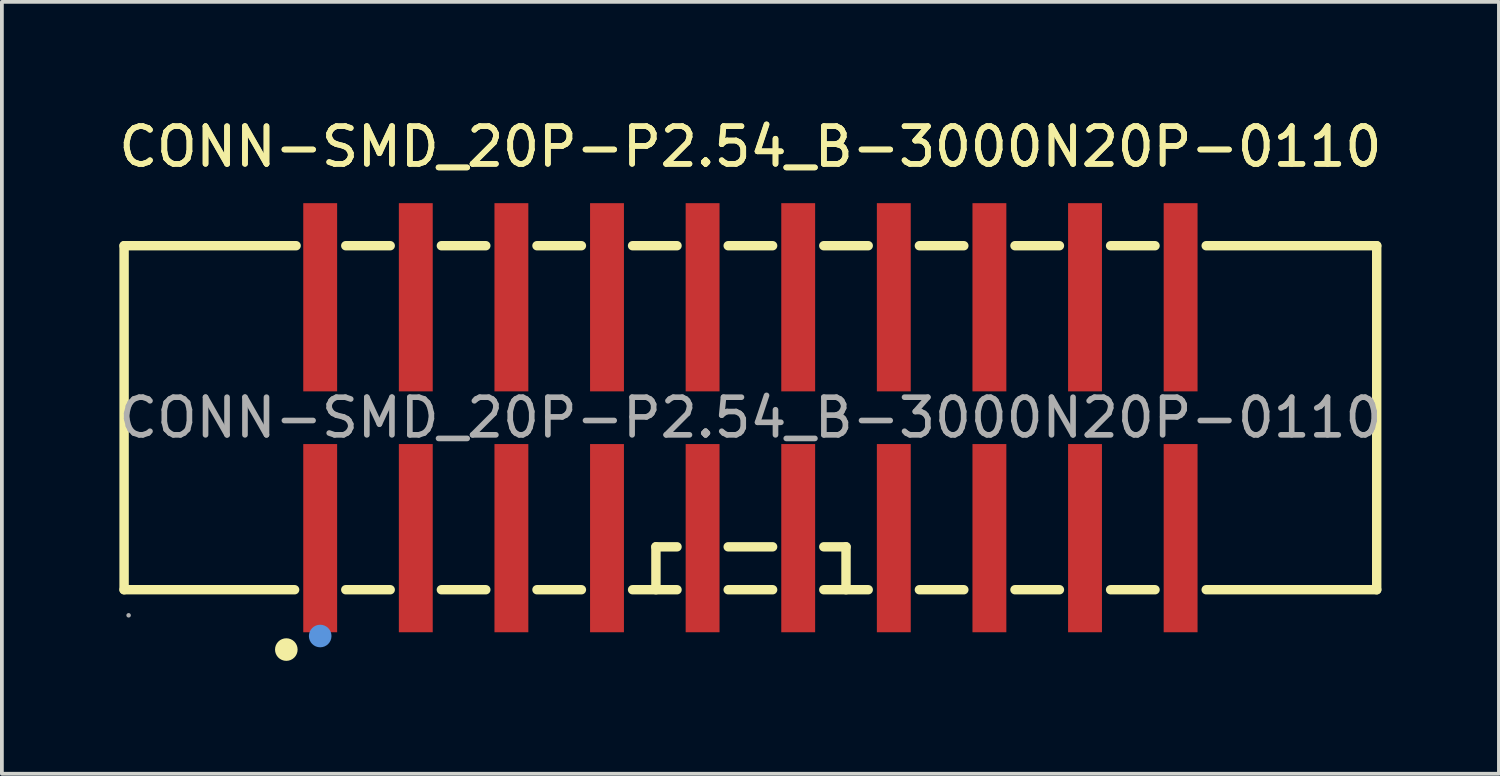
<source format=kicad_pcb>
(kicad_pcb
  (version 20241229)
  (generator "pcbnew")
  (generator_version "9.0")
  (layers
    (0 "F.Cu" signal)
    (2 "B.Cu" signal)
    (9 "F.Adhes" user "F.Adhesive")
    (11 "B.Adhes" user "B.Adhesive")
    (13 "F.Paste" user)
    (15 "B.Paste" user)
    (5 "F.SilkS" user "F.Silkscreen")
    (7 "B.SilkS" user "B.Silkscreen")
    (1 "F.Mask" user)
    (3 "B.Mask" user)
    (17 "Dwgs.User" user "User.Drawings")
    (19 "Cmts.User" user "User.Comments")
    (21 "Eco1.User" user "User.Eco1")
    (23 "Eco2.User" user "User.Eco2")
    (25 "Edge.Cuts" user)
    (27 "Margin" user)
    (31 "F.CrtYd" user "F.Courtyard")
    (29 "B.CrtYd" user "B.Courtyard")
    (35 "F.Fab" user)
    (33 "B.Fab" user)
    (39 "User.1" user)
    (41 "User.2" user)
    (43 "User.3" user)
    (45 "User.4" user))
  (footprint "CONN-SMD_20P-P2.54_B-3000N20P-0110"
    (layer "F.Cu")
    (at 16.887 8.048)
    (property "Reference" "CONN-SMD_20P-P2.54_B-3000N20P-0110" (at 0 -7.2 0) (layer "F.SilkS") (effects (font (size 1 1) (thickness 0.15))))
    (attr smd)
    (fp_line (start -16.64 -4.57) (end -16.64 4.57) (stroke (width 0.25) (type solid)) (layer "F.SilkS"))
    (fp_line (start -16.64 4.57) (end -12.11 4.57) (stroke (width 0.25) (type solid)) (layer "F.SilkS"))
    (fp_line (start -12.07 -4.57) (end -16.64 -4.57) (stroke (width 0.25) (type solid)) (layer "F.SilkS"))
    (fp_line (start -10.75 4.57) (end -9.57 4.57) (stroke (width 0.25) (type solid)) (layer "F.SilkS"))
    (fp_line (start -9.57 -4.57) (end -10.75 -4.57) (stroke (width 0.25) (type solid)) (layer "F.SilkS"))
    (fp_line (start -8.21 4.57) (end -7.03 4.57) (stroke (width 0.25) (type solid)) (layer "F.SilkS"))
    (fp_line (start -7.03 -4.57) (end -8.21 -4.57) (stroke (width 0.25) (type solid)) (layer "F.SilkS"))
    (fp_line (start -5.67 4.57) (end -4.49 4.57) (stroke (width 0.25) (type solid)) (layer "F.SilkS"))
    (fp_line (start -4.49 -4.57) (end -5.67 -4.57) (stroke (width 0.25) (type solid)) (layer "F.SilkS"))
    (fp_line (start -3.13 4.57) (end -1.95 4.57) (stroke (width 0.25) (type solid)) (layer "F.SilkS"))
    (fp_line (start -2.51 3.43) (end -1.95 3.43) (stroke (width 0.25) (type solid)) (layer "F.SilkS"))
    (fp_line (start -2.51 4.57) (end -2.51 3.43) (stroke (width 0.25) (type solid)) (layer "F.SilkS"))
    (fp_line (start -1.95 -4.57) (end -3.13 -4.57) (stroke (width 0.25) (type solid)) (layer "F.SilkS"))
    (fp_line (start -0.59 3.43) (end 0.59 3.43) (stroke (width 0.25) (type solid)) (layer "F.SilkS"))
    (fp_line (start -0.59 4.57) (end 0.59 4.57) (stroke (width 0.25) (type solid)) (layer "F.SilkS"))
    (fp_line (start 0.59 -4.57) (end -0.59 -4.57) (stroke (width 0.25) (type solid)) (layer "F.SilkS"))
    (fp_line (start 1.95 3.43) (end 2.54 3.43) (stroke (width 0.25) (type solid)) (layer "F.SilkS"))
    (fp_line (start 1.95 4.57) (end 3.13 4.57) (stroke (width 0.25) (type solid)) (layer "F.SilkS"))
    (fp_line (start 2.54 3.43) (end 2.54 4.57) (stroke (width 0.25) (type solid)) (layer "F.SilkS"))
    (fp_line (start 3.13 -4.57) (end 1.95 -4.57) (stroke (width 0.25) (type solid)) (layer "F.SilkS"))
    (fp_line (start 4.49 4.57) (end 5.67 4.57) (stroke (width 0.25) (type solid)) (layer "F.SilkS"))
    (fp_line (start 5.67 -4.57) (end 4.49 -4.57) (stroke (width 0.25) (type solid)) (layer "F.SilkS"))
    (fp_line (start 7.03 4.57) (end 8.21 4.57) (stroke (width 0.25) (type solid)) (layer "F.SilkS"))
    (fp_line (start 8.21 -4.57) (end 7.03 -4.57) (stroke (width 0.25) (type solid)) (layer "F.SilkS"))
    (fp_line (start 9.57 4.57) (end 10.75 4.57) (stroke (width 0.25) (type solid)) (layer "F.SilkS"))
    (fp_line (start 10.75 -4.57) (end 9.57 -4.57) (stroke (width 0.25) (type solid)) (layer "F.SilkS"))
    (fp_line (start 12.11 4.57) (end 16.64 4.57) (stroke (width 0.25) (type solid)) (layer "F.SilkS"))
    (fp_line (start 16.64 -4.57) (end 12.11 -4.57) (stroke (width 0.25) (type solid)) (layer "F.SilkS"))
    (fp_line (start 16.64 4.57) (end 16.64 -4.57) (stroke (width 0.25) (type solid)) (layer "F.SilkS"))
    (fp_circle (center -12.33 6.16) (end -12.18 6.16) (stroke (width 0.3) (type solid)) (fill no) (layer "F.SilkS"))
    (fp_circle (center -11.43 5.8) (end -11.28 5.8) (stroke (width 0.3) (type solid)) (fill no) (layer "Cmts.User"))
    (fp_circle (center -16.52 5.25) (end -16.49 5.25) (stroke (width 0.06) (type solid)) (fill no) (layer "F.Fab"))
    (fp_text user "${REFERENCE}" (at 0 -7.2 0) (layer "F.SilkS") (effects (font (size 1 1) (thickness 0.15))))
    (fp_text user "${REFERENCE}" (at 0 0 0) (layer "F.Fab") (effects (font (size 1 1) (thickness 0.15))))
    (pad "1" smd rect (at -11.43 3.2) (size 0.9 5) (layers "F.Cu" "F.Mask" "F.Paste"))
    (pad "2" smd rect (at -11.43 -3.2) (size 0.9 5) (layers "F.Cu" "F.Mask" "F.Paste"))
    (pad "3" smd rect (at -8.89 3.2) (size 0.9 5) (layers "F.Cu" "F.Mask" "F.Paste"))
    (pad "4" smd rect (at -8.89 -3.2) (size 0.9 5) (layers "F.Cu" "F.Mask" "F.Paste"))
    (pad "5" smd rect (at -6.35 3.2) (size 0.9 5) (layers "F.Cu" "F.Mask" "F.Paste"))
    (pad "6" smd rect (at -6.35 -3.2) (size 0.9 5) (layers "F.Cu" "F.Mask" "F.Paste"))
    (pad "7" smd rect (at -3.81 3.2) (size 0.9 5) (layers "F.Cu" "F.Mask" "F.Paste"))
    (pad "8" smd rect (at -3.81 -3.2) (size 0.9 5) (layers "F.Cu" "F.Mask" "F.Paste"))
    (pad "9" smd rect (at -1.27 3.2) (size 0.9 5) (layers "F.Cu" "F.Mask" "F.Paste"))
    (pad "10" smd rect (at -1.27 -3.2) (size 0.9 5) (layers "F.Cu" "F.Mask" "F.Paste"))
    (pad "11" smd rect (at 1.27 3.2) (size 0.9 5) (layers "F.Cu" "F.Mask" "F.Paste"))
    (pad "12" smd rect (at 1.27 -3.2) (size 0.9 5) (layers "F.Cu" "F.Mask" "F.Paste"))
    (pad "13" smd rect (at 3.81 3.2) (size 0.9 5) (layers "F.Cu" "F.Mask" "F.Paste"))
    (pad "14" smd rect (at 3.81 -3.2) (size 0.9 5) (layers "F.Cu" "F.Mask" "F.Paste"))
    (pad "15" smd rect (at 6.35 3.2) (size 0.9 5) (layers "F.Cu" "F.Mask" "F.Paste"))
    (pad "16" smd rect (at 6.35 -3.2) (size 0.9 5) (layers "F.Cu" "F.Mask" "F.Paste"))
    (pad "17" smd rect (at 8.89 3.2) (size 0.9 5) (layers "F.Cu" "F.Mask" "F.Paste"))
    (pad "18" smd rect (at 8.89 -3.2) (size 0.9 5) (layers "F.Cu" "F.Mask" "F.Paste"))
    (pad "19" smd rect (at 11.43 3.2) (size 0.9 5) (layers "F.Cu" "F.Mask" "F.Paste"))
    (pad "20" smd rect (at 11.43 -3.2) (size 0.9 5) (layers "F.Cu" "F.Mask" "F.Paste")))
  (gr_rect
    (start -3 -3)
    (end 36.774 17.508)
    (stroke (width 0.1) (type default))
    (fill no)
    (layer "Edge.Cuts")))
</source>
